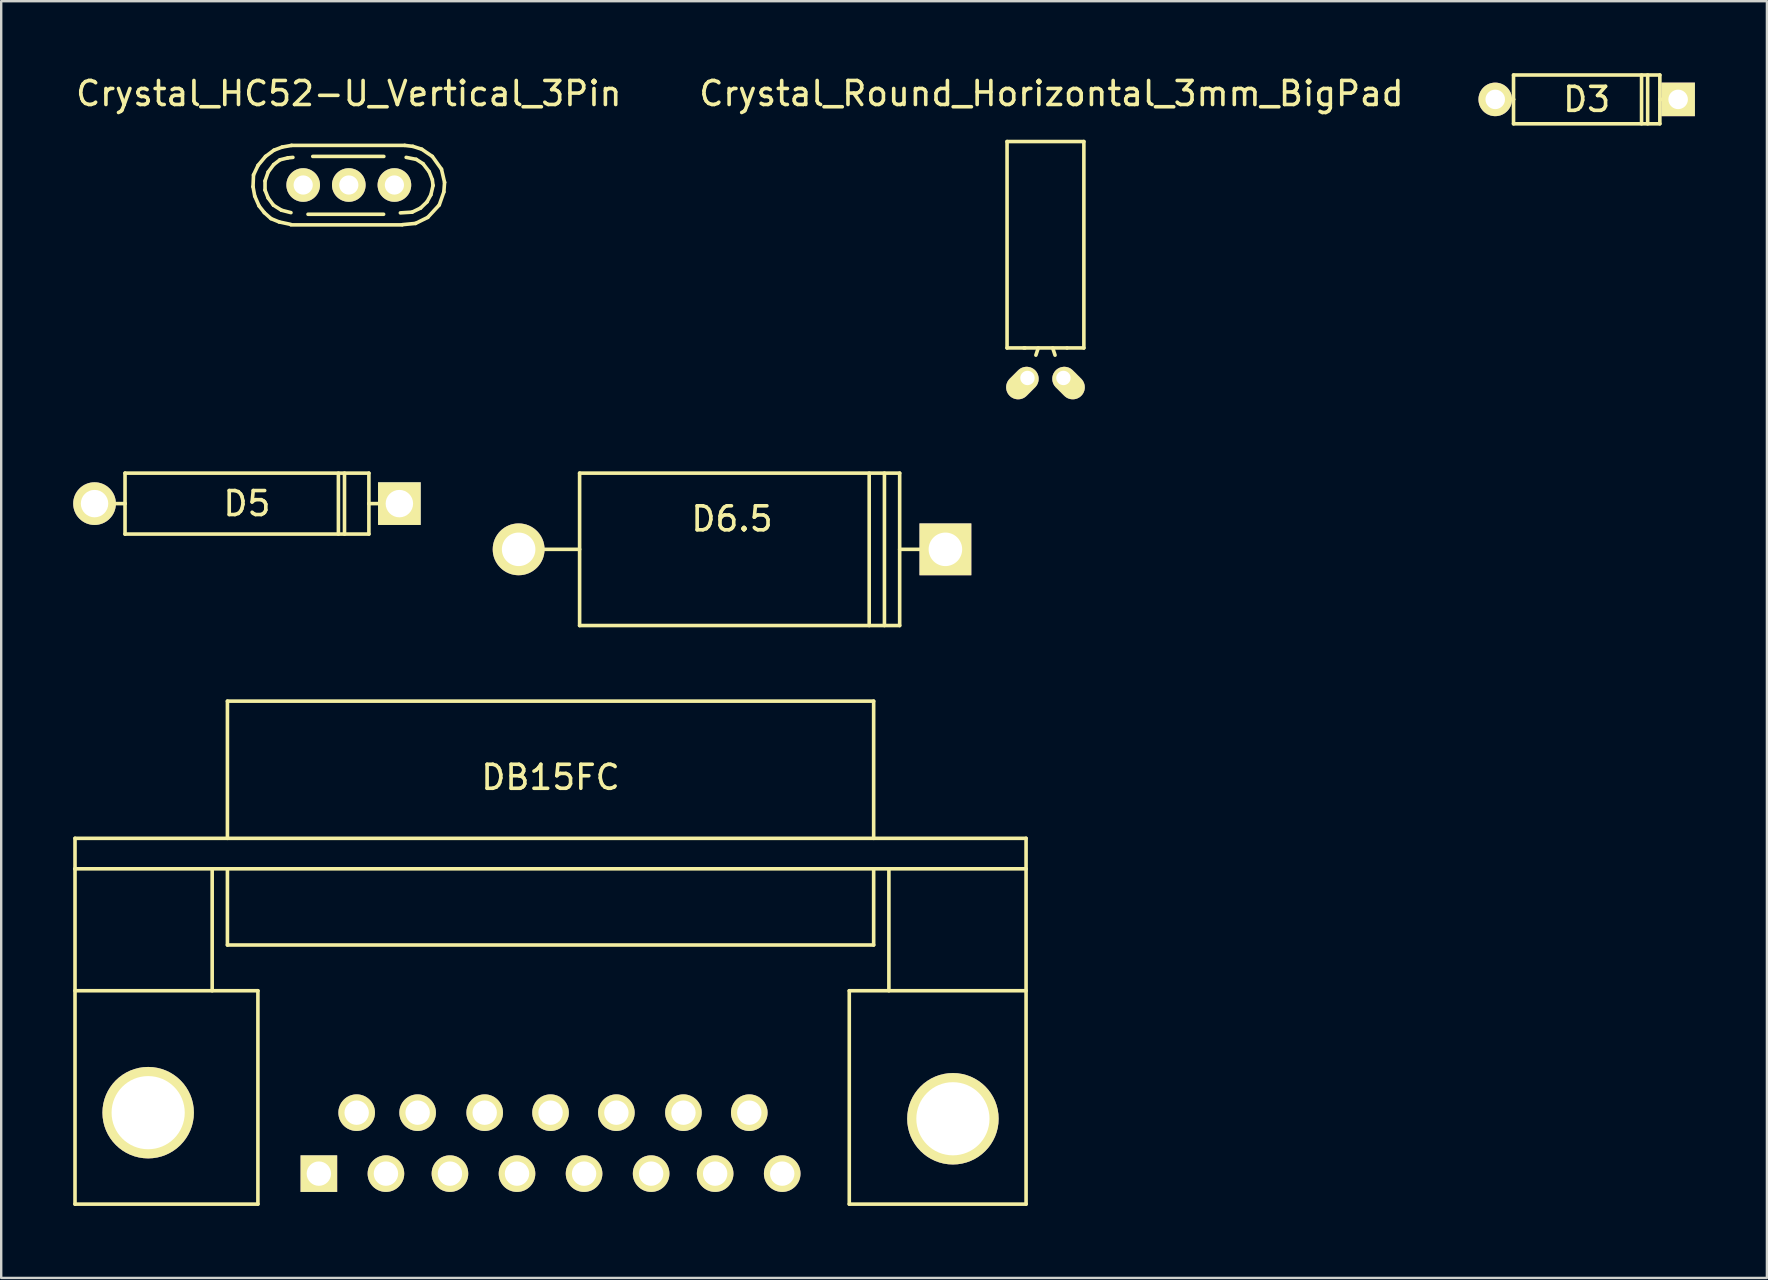
<source format=kicad_pcb>
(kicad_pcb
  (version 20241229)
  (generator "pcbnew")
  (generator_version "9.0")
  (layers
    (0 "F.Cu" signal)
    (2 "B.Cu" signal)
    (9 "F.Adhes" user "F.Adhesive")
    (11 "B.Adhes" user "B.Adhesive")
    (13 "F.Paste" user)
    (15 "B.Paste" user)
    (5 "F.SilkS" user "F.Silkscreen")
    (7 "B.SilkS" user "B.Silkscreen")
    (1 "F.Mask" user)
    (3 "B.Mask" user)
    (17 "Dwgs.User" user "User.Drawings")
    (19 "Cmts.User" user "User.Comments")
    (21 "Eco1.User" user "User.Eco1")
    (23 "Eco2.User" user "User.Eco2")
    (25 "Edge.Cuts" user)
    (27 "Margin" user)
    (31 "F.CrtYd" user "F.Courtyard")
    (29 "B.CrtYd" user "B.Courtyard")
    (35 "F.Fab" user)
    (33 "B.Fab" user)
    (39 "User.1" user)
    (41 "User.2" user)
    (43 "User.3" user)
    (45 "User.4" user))
  (footprint "Crystal_Round_Horizontal_3mm_BigPad"
    (layer "F.Cu")
    (at 40.507 12.697)
    (property "Reference" "Crystal_Round_Horizontal_3mm_BigPad" (at 0.249 -11.849 0) (layer "F.SilkS") (effects (font (size 1 1) (thickness 0.15))))
    (attr through_hole)
    (fp_line (start -1.6 -9.85) (end -1.6 -1.25) (stroke (width 0.15) (type solid)) (layer "F.SilkS"))
    (fp_line (start -0.851 -1.25) (end -1.6 -1.25) (stroke (width 0.15) (type solid)) (layer "F.SilkS"))
    (fp_line (start -0.3 -1.25) (end -0.399 -0.95) (stroke (width 0.15) (type solid)) (layer "F.SilkS"))
    (fp_line (start 0.3 -1.25) (end 0.399 -0.95) (stroke (width 0.15) (type solid)) (layer "F.SilkS"))
    (fp_line (start 0.899 -1.25) (end -0.899 -1.25) (stroke (width 0.15) (type solid)) (layer "F.SilkS"))
    (fp_line (start 0.899 -1.25) (end 1.6 -1.25) (stroke (width 0.15) (type solid)) (layer "F.SilkS"))
    (fp_line (start 1.6 -9.85) (end -1.6 -9.85) (stroke (width 0.15) (type solid)) (layer "F.SilkS"))
    (fp_line (start 1.6 -1.25) (end 1.6 -9.85) (stroke (width 0.15) (type solid)) (layer "F.SilkS"))
    (pad "1" thru_hole oval (at -0.749 0 45) (size 1.501 1.001) (drill 0.599 (offset -0.3 0)) (layers "*.Cu" "*.Mask" "F.SilkS"))
    (pad "2" thru_hole oval (at 0.749 0 315) (size 1.501 1.001) (drill 0.599 (offset 0.3 0)) (layers "*.Cu" "*.Mask" "F.SilkS")))
  (footprint "D5"
    (layer "F.Cu")
    (at 7.239 17.932)
    (property "Reference" "D5" (at 0 0 0) (layer "F.SilkS") (effects (font (size 1 1) (thickness 0.15))))
    (attr through_hole)
    (fp_line (start -5.08 -1.27) (end -5.08 0) (stroke (width 0.15) (type solid)) (layer "F.SilkS"))
    (fp_line (start -5.08 0) (end -6.35 0) (stroke (width 0.15) (type solid)) (layer "F.SilkS"))
    (fp_line (start -5.08 0) (end -5.08 1.27) (stroke (width 0.15) (type solid)) (layer "F.SilkS"))
    (fp_line (start -5.08 1.27) (end 5.08 1.27) (stroke (width 0.15) (type solid)) (layer "F.SilkS"))
    (fp_line (start 3.81 -1.27) (end 3.81 1.27) (stroke (width 0.15) (type solid)) (layer "F.SilkS"))
    (fp_line (start 4.064 -1.27) (end 4.064 1.27) (stroke (width 0.15) (type solid)) (layer "F.SilkS"))
    (fp_line (start 5.08 -1.27) (end -5.08 -1.27) (stroke (width 0.15) (type solid)) (layer "F.SilkS"))
    (fp_line (start 5.08 0) (end 5.08 -1.27) (stroke (width 0.15) (type solid)) (layer "F.SilkS"))
    (fp_line (start 5.08 1.27) (end 5.08 0) (stroke (width 0.15) (type solid)) (layer "F.SilkS"))
    (fp_line (start 6.35 0) (end 5.08 0) (stroke (width 0.15) (type solid)) (layer "F.SilkS"))
    (pad "1" thru_hole rect (at 6.35 0) (size 1.778 1.778) (drill 1.143) (layers "*.Cu" "*.Mask" "F.SilkS"))
    (pad "2" thru_hole circle (at -6.35 0) (size 1.778 1.778) (drill 1.143) (layers "*.Cu" "*.Mask" "F.SilkS")))
  (footprint "D6.5"
    (layer "F.Cu")
    (at 27.448 19.837)
    (property "Reference" "D6.5" (at 0 -1.27 0) (layer "F.SilkS") (effects (font (size 1 1) (thickness 0.15))))
    (attr through_hole)
    (fp_line (start -8.89 0) (end -6.35 0) (stroke (width 0.15) (type solid)) (layer "F.SilkS"))
    (fp_line (start -6.35 -3.175) (end 6.985 -3.175) (stroke (width 0.15) (type solid)) (layer "F.SilkS"))
    (fp_line (start -6.35 3.175) (end -6.35 -3.175) (stroke (width 0.15) (type solid)) (layer "F.SilkS"))
    (fp_line (start 5.715 3.175) (end 5.715 -3.175) (stroke (width 0.15) (type solid)) (layer "F.SilkS"))
    (fp_line (start 6.35 -3.175) (end 6.35 3.175) (stroke (width 0.15) (type solid)) (layer "F.SilkS"))
    (fp_line (start 6.985 0) (end 8.89 0) (stroke (width 0.15) (type solid)) (layer "F.SilkS"))
    (fp_line (start 6.985 3.175) (end -6.35 3.175) (stroke (width 0.15) (type solid)) (layer "F.SilkS"))
    (fp_line (start 6.985 3.175) (end 6.985 -3.175) (stroke (width 0.15) (type solid)) (layer "F.SilkS"))
    (pad "1" thru_hole rect (at 8.89 0) (size 2.159 2.159) (drill 1.397) (layers "*.Cu" "*.Mask" "F.SilkS"))
    (pad "2" thru_hole circle (at -8.89 0) (size 2.159 2.159) (drill 1.397) (layers "*.Cu" "*.Mask" "F.SilkS")))
  (footprint "DB15FC"
    (layer "F.Cu")
    (at 19.887 44.577)
    (property "Reference" "DB15FC" (at 0 -15.24 0) (layer "F.SilkS") (effects (font (size 1 1) (thickness 0.15))))
    (attr through_hole)
    (fp_line (start -19.812 -12.7) (end -19.812 -11.43) (stroke (width 0.15) (type solid)) (layer "F.SilkS"))
    (fp_line (start -19.812 -6.35) (end -12.192 -6.35) (stroke (width 0.15) (type solid)) (layer "F.SilkS"))
    (fp_line (start -19.812 2.54) (end -19.812 -11.43) (stroke (width 0.15) (type solid)) (layer "F.SilkS"))
    (fp_line (start -19.812 2.54) (end -12.192 2.54) (stroke (width 0.15) (type solid)) (layer "F.SilkS"))
    (fp_line (start -14.097 -11.43) (end -14.097 -6.35) (stroke (width 0.15) (type solid)) (layer "F.SilkS"))
    (fp_line (start -13.462 -18.415) (end -13.462 -12.7) (stroke (width 0.15) (type solid)) (layer "F.SilkS"))
    (fp_line (start -13.462 -18.415) (end 13.462 -18.415) (stroke (width 0.15) (type solid)) (layer "F.SilkS"))
    (fp_line (start -13.462 -8.255) (end -13.462 -11.43) (stroke (width 0.15) (type solid)) (layer "F.SilkS"))
    (fp_line (start -12.192 -6.35) (end -12.192 2.54) (stroke (width 0.15) (type solid)) (layer "F.SilkS"))
    (fp_line (start 12.446 -6.35) (end 19.812 -6.35) (stroke (width 0.15) (type solid)) (layer "F.SilkS"))
    (fp_line (start 12.446 2.54) (end 12.446 -6.35) (stroke (width 0.15) (type solid)) (layer "F.SilkS"))
    (fp_line (start 13.462 -12.7) (end 13.462 -18.415) (stroke (width 0.15) (type solid)) (layer "F.SilkS"))
    (fp_line (start 13.462 -8.255) (end -13.462 -8.255) (stroke (width 0.15) (type solid)) (layer "F.SilkS"))
    (fp_line (start 13.462 -8.255) (end 13.462 -11.43) (stroke (width 0.15) (type solid)) (layer "F.SilkS"))
    (fp_line (start 14.097 -6.35) (end 14.097 -11.43) (stroke (width 0.15) (type solid)) (layer "F.SilkS"))
    (fp_line (start 19.812 -12.7) (end -19.812 -12.7) (stroke (width 0.15) (type solid)) (layer "F.SilkS"))
    (fp_line (start 19.812 -11.43) (end -19.812 -11.43) (stroke (width 0.15) (type solid)) (layer "F.SilkS"))
    (fp_line (start 19.812 2.54) (end 12.446 2.54) (stroke (width 0.15) (type solid)) (layer "F.SilkS"))
    (fp_line (start 19.812 2.54) (end 19.812 -12.7) (stroke (width 0.15) (type solid)) (layer "F.SilkS"))
    (pad "" thru_hole circle (at -16.764 -1.27) (size 3.81 3.81) (drill 3.048) (layers "*.Cu" "*.Mask" "F.SilkS"))
    (pad "" thru_hole circle (at 16.764 -1.016) (size 3.81 3.81) (drill 3.048) (layers "*.Cu" "*.Mask" "F.SilkS"))
    (pad "1" thru_hole rect (at -9.652 1.27) (size 1.524 1.524) (drill 1.016) (layers "*.Cu" "*.Mask" "F.SilkS"))
    (pad "2" thru_hole circle (at -6.858 1.27) (size 1.524 1.524) (drill 1.016) (layers "*.Cu" "*.Mask" "F.SilkS"))
    (pad "3" thru_hole circle (at -4.191 1.27) (size 1.524 1.524) (drill 1.016) (layers "*.Cu" "*.Mask" "F.SilkS"))
    (pad "4" thru_hole circle (at -1.397 1.27) (size 1.524 1.524) (drill 1.016) (layers "*.Cu" "*.Mask" "F.SilkS"))
    (pad "5" thru_hole circle (at 1.397 1.27) (size 1.524 1.524) (drill 1.016) (layers "*.Cu" "*.Mask" "F.SilkS"))
    (pad "6" thru_hole circle (at 4.191 1.27) (size 1.524 1.524) (drill 1.016) (layers "*.Cu" "*.Mask" "F.SilkS"))
    (pad "7" thru_hole circle (at 6.858 1.27) (size 1.524 1.524) (drill 1.016) (layers "*.Cu" "*.Mask" "F.SilkS"))
    (pad "8" thru_hole circle (at 9.652 1.27) (size 1.524 1.524) (drill 1.016) (layers "*.Cu" "*.Mask" "F.SilkS"))
    (pad "9" thru_hole circle (at -8.077 -1.27) (size 1.524 1.524) (drill 1.016) (layers "*.Cu" "*.Mask" "F.SilkS"))
    (pad "10" thru_hole circle (at -5.537 -1.27) (size 1.524 1.524) (drill 1.016) (layers "*.Cu" "*.Mask" "F.SilkS"))
    (pad "11" thru_hole circle (at -2.743 -1.27) (size 1.524 1.524) (drill 1.016) (layers "*.Cu" "*.Mask" "F.SilkS"))
    (pad "12" thru_hole circle (at 0 -1.27) (size 1.524 1.524) (drill 1.016) (layers "*.Cu" "*.Mask" "F.SilkS"))
    (pad "13" thru_hole circle (at 2.743 -1.27) (size 1.524 1.524) (drill 1.016) (layers "*.Cu" "*.Mask" "F.SilkS"))
    (pad "14" thru_hole circle (at 5.537 -1.27) (size 1.524 1.524) (drill 1.016) (layers "*.Cu" "*.Mask" "F.SilkS"))
    (pad "15" thru_hole circle (at 8.28 -1.27) (size 1.524 1.524) (drill 1.016) (layers "*.Cu" "*.Mask" "F.SilkS")))
  (footprint "D3"
    (layer "F.Cu")
    (at 63.056 1.091)
    (property "Reference" "D3" (at 0 0 0) (layer "F.SilkS") (effects (font (size 1 1) (thickness 0.15))))
    (attr through_hole)
    (fp_line (start -3.048 -1.016) (end -3.048 0) (stroke (width 0.15) (type solid)) (layer "F.SilkS"))
    (fp_line (start -3.048 0) (end -3.81 0) (stroke (width 0.15) (type solid)) (layer "F.SilkS"))
    (fp_line (start -3.048 0) (end -3.048 1.016) (stroke (width 0.15) (type solid)) (layer "F.SilkS"))
    (fp_line (start -3.048 1.016) (end 3.048 1.016) (stroke (width 0.15) (type solid)) (layer "F.SilkS"))
    (fp_line (start 2.286 1.016) (end 2.286 -1.016) (stroke (width 0.15) (type solid)) (layer "F.SilkS"))
    (fp_line (start 2.54 -1.016) (end 2.54 1.016) (stroke (width 0.15) (type solid)) (layer "F.SilkS"))
    (fp_line (start 3.048 -1.016) (end -3.048 -1.016) (stroke (width 0.15) (type solid)) (layer "F.SilkS"))
    (fp_line (start 3.048 0) (end 3.048 -1.016) (stroke (width 0.15) (type solid)) (layer "F.SilkS"))
    (fp_line (start 3.048 1.016) (end 3.048 0) (stroke (width 0.15) (type solid)) (layer "F.SilkS"))
    (fp_line (start 3.81 0) (end 3.048 0) (stroke (width 0.15) (type solid)) (layer "F.SilkS"))
    (pad "1" thru_hole rect (at 3.81 0) (size 1.397 1.397) (drill 0.813) (layers "*.Cu" "*.Mask" "F.SilkS"))
    (pad "2" thru_hole circle (at -3.81 0) (size 1.397 1.397) (drill 0.813) (layers "*.Cu" "*.Mask" "F.SilkS")))
  (footprint "Crystal_HC52-U_Vertical_3Pin"
    (layer "F.Cu")
    (at 11.482 4.658)
    (property "Reference" "Crystal_HC52-U_Vertical_3Pin" (at 0 -3.81 0) (layer "F.SilkS") (effects (font (size 1 1) (thickness 0.15))))
    (attr through_hole)
    (fp_line (start -3.99 0.071) (end -3.97 -0.419) (stroke (width 0.15) (type solid)) (layer "F.SilkS"))
    (fp_line (start -3.97 -0.419) (end -3.78 -0.82) (stroke (width 0.15) (type solid)) (layer "F.SilkS"))
    (fp_line (start -3.919 0.46) (end -3.99 0.071) (stroke (width 0.15) (type solid)) (layer "F.SilkS"))
    (fp_line (start -3.78 -0.82) (end -3.47 -1.191) (stroke (width 0.15) (type solid)) (layer "F.SilkS"))
    (fp_line (start -3.739 0.871) (end -3.919 0.46) (stroke (width 0.15) (type solid)) (layer "F.SilkS"))
    (fp_line (start -3.52 1.151) (end -3.739 0.871) (stroke (width 0.15) (type solid)) (layer "F.SilkS"))
    (fp_line (start -3.49 -0.17) (end -3.36 -0.541) (stroke (width 0.15) (type solid)) (layer "F.SilkS"))
    (fp_line (start -3.49 0.211) (end -3.49 -0.17) (stroke (width 0.15) (type solid)) (layer "F.SilkS"))
    (fp_line (start -3.47 -1.191) (end -3.119 -1.45) (stroke (width 0.15) (type solid)) (layer "F.SilkS"))
    (fp_line (start -3.36 -0.541) (end -3.129 -0.851) (stroke (width 0.15) (type solid)) (layer "F.SilkS"))
    (fp_line (start -3.36 0.541) (end -3.49 0.211) (stroke (width 0.15) (type solid)) (layer "F.SilkS"))
    (fp_line (start -3.241 1.4) (end -3.52 1.151) (stroke (width 0.15) (type solid)) (layer "F.SilkS"))
    (fp_line (start -3.139 0.841) (end -3.36 0.541) (stroke (width 0.15) (type solid)) (layer "F.SilkS"))
    (fp_line (start -3.129 -0.851) (end -2.87 -1.049) (stroke (width 0.15) (type solid)) (layer "F.SilkS"))
    (fp_line (start -3.119 -1.45) (end -2.779 -1.58) (stroke (width 0.15) (type solid)) (layer "F.SilkS"))
    (fp_line (start -2.901 1.539) (end -3.241 1.4) (stroke (width 0.15) (type solid)) (layer "F.SilkS"))
    (fp_line (start -2.87 -1.049) (end -2.54 -1.13) (stroke (width 0.15) (type solid)) (layer "F.SilkS"))
    (fp_line (start -2.809 1.049) (end -3.139 0.841) (stroke (width 0.15) (type solid)) (layer "F.SilkS"))
    (fp_line (start -2.779 -1.58) (end -2.38 -1.651) (stroke (width 0.15) (type solid)) (layer "F.SilkS"))
    (fp_line (start -2.54 -1.13) (end -2.329 -1.151) (stroke (width 0.15) (type solid)) (layer "F.SilkS"))
    (fp_line (start -2.421 1.641) (end -2.901 1.539) (stroke (width 0.15) (type solid)) (layer "F.SilkS"))
    (fp_line (start -2.41 1.151) (end -2.809 1.049) (stroke (width 0.15) (type solid)) (layer "F.SilkS"))
    (fp_line (start -2.39 -1.651) (end 2.329 -1.651) (stroke (width 0.15) (type solid)) (layer "F.SilkS"))
    (fp_line (start -1.699 1.219) (end 1.45 1.219) (stroke (width 0.15) (type solid)) (layer "F.SilkS"))
    (fp_line (start 1.46 -1.191) (end -1.501 -1.191) (stroke (width 0.15) (type solid)) (layer "F.SilkS"))
    (fp_line (start 2.22 1.661) (end -2.41 1.661) (stroke (width 0.15) (type solid)) (layer "F.SilkS"))
    (fp_line (start 2.329 -1.651) (end 2.67 -1.61) (stroke (width 0.15) (type solid)) (layer "F.SilkS"))
    (fp_line (start 2.39 -1.151) (end 2.809 -1.069) (stroke (width 0.15) (type solid)) (layer "F.SilkS"))
    (fp_line (start 2.639 1.13) (end 2.149 1.161) (stroke (width 0.15) (type solid)) (layer "F.SilkS"))
    (fp_line (start 2.67 -1.61) (end 3.04 -1.491) (stroke (width 0.15) (type solid)) (layer "F.SilkS"))
    (fp_line (start 2.779 1.6) (end 2.24 1.651) (stroke (width 0.15) (type solid)) (layer "F.SilkS"))
    (fp_line (start 2.809 -1.069) (end 3.091 -0.889) (stroke (width 0.15) (type solid)) (layer "F.SilkS"))
    (fp_line (start 2.99 0.96) (end 2.639 1.13) (stroke (width 0.15) (type solid)) (layer "F.SilkS"))
    (fp_line (start 3.04 -1.491) (end 3.48 -1.191) (stroke (width 0.15) (type solid)) (layer "F.SilkS"))
    (fp_line (start 3.091 -0.889) (end 3.35 -0.551) (stroke (width 0.15) (type solid)) (layer "F.SilkS"))
    (fp_line (start 3.259 0.701) (end 2.99 0.96) (stroke (width 0.15) (type solid)) (layer "F.SilkS"))
    (fp_line (start 3.289 1.349) (end 2.779 1.6) (stroke (width 0.15) (type solid)) (layer "F.SilkS"))
    (fp_line (start 3.35 -0.551) (end 3.48 -0.221) (stroke (width 0.15) (type solid)) (layer "F.SilkS"))
    (fp_line (start 3.419 0.409) (end 3.259 0.701) (stroke (width 0.15) (type solid)) (layer "F.SilkS"))
    (fp_line (start 3.48 -1.191) (end 3.861 -0.66) (stroke (width 0.15) (type solid)) (layer "F.SilkS"))
    (fp_line (start 3.48 -0.221) (end 3.51 0.02) (stroke (width 0.15) (type solid)) (layer "F.SilkS"))
    (fp_line (start 3.51 0.02) (end 3.419 0.409) (stroke (width 0.15) (type solid)) (layer "F.SilkS"))
    (fp_line (start 3.769 0.831) (end 3.289 1.349) (stroke (width 0.15) (type solid)) (layer "F.SilkS"))
    (fp_line (start 3.861 -0.66) (end 3.99 -0.109) (stroke (width 0.15) (type solid)) (layer "F.SilkS"))
    (fp_line (start 3.96 0.29) (end 3.769 0.831) (stroke (width 0.15) (type solid)) (layer "F.SilkS"))
    (fp_line (start 3.99 -0.109) (end 3.96 0.29) (stroke (width 0.15) (type solid)) (layer "F.SilkS"))
    (pad "1" thru_hole circle (at -1.9 0) (size 1.4 1.4) (drill 0.8) (layers "*.Cu" "*.Mask" "F.SilkS"))
    (pad "2" thru_hole circle (at 1.9 0) (size 1.4 1.4) (drill 0.8) (layers "*.Cu" "*.Mask" "F.SilkS"))
    (pad "3" thru_hole circle (at 0 0) (size 1.4 1.4) (drill 0.8) (layers "*.Cu" "*.Mask" "F.SilkS")))
  (gr_rect
    (start -3 -3)
    (end 70.565 50.192)
    (stroke (width 0.1) (type default))
    (fill no)
    (layer "Edge.Cuts")))
</source>
